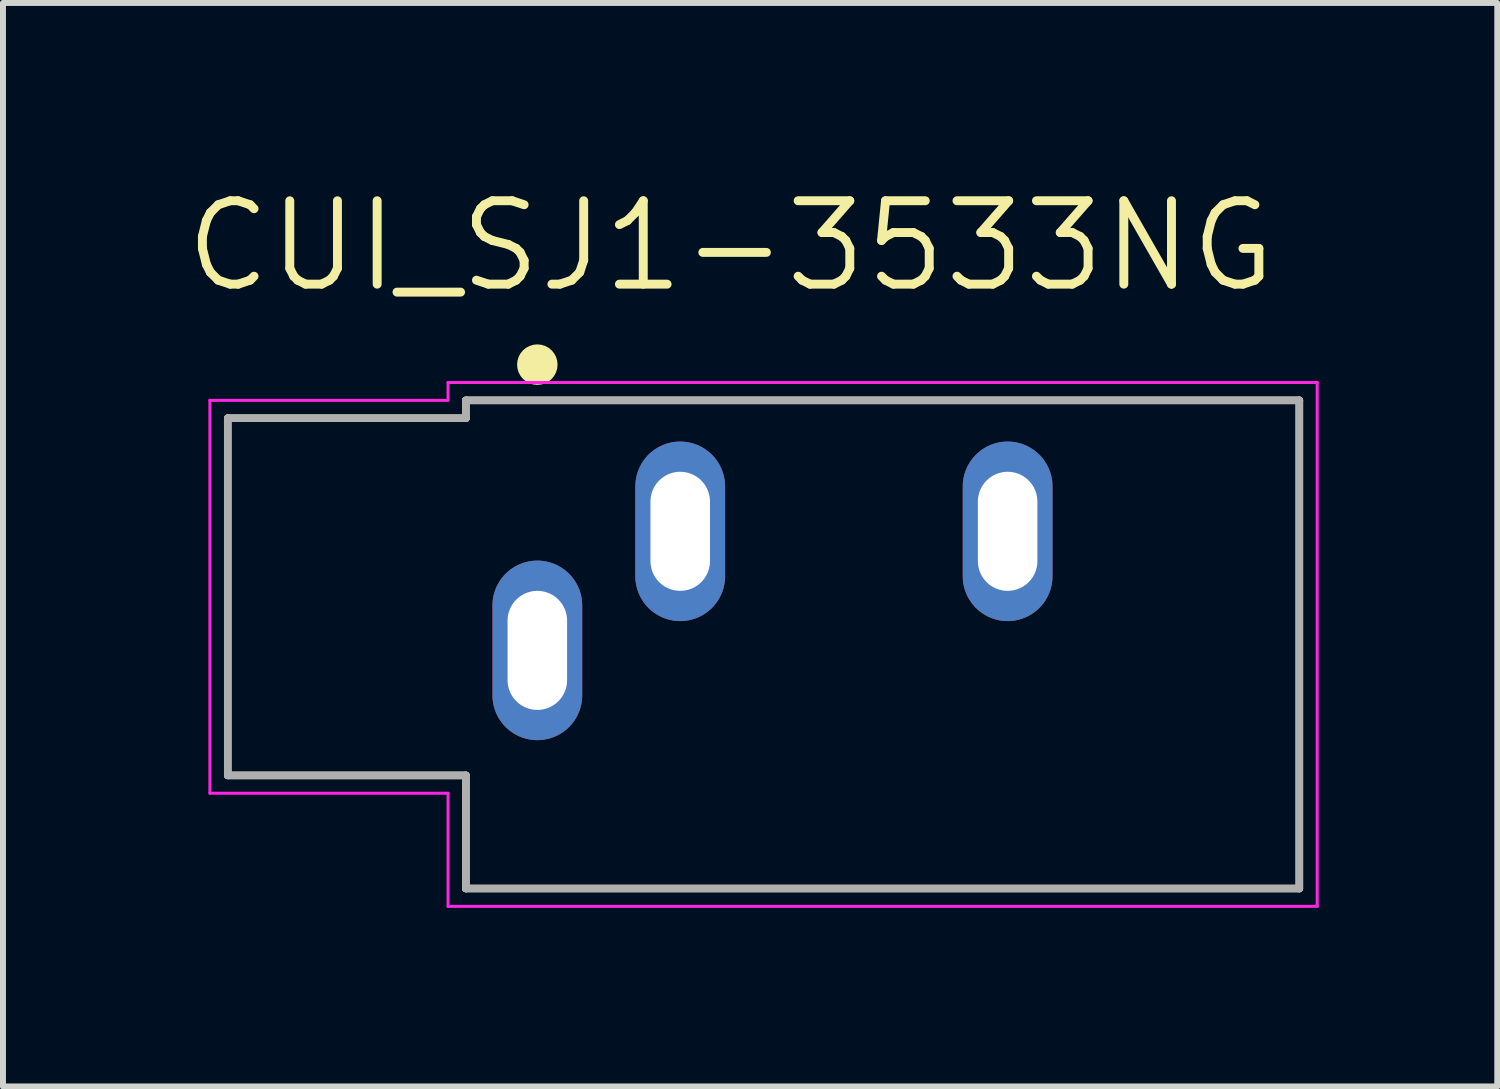
<source format=kicad_pcb>
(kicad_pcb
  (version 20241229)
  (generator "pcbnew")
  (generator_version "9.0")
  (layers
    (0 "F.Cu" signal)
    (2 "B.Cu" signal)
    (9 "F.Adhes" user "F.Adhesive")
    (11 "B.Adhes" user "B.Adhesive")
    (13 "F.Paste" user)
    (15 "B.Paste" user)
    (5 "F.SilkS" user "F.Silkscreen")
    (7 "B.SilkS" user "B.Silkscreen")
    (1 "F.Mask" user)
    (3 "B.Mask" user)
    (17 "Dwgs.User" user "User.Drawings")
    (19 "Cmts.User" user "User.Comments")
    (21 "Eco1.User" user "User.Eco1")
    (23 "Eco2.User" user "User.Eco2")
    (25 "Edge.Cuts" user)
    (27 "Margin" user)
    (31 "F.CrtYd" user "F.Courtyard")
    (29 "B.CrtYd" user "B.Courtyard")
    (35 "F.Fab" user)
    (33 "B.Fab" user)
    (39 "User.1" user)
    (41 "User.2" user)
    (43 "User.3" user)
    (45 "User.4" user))
  (footprint "CUI_SJ1-3533NG"
    (layer "F.Cu")
    (at 5.976 7.875)
    (property "Reference" "CUI_SJ1-3533NG" (at 3.247 -6.792 0) (layer "F.SilkS") (effects (font (size 1.401 1.401) (thickness 0.15))))
    (attr through_hole)
    (fp_line (start -5.2 -3.9) (end -1.2 -3.9) (stroke (width 0.127) (type solid)) (layer "F.SilkS"))
    (fp_line (start -5.2 2.1) (end -5.2 -3.9) (stroke (width 0.127) (type solid)) (layer "F.SilkS"))
    (fp_line (start -1.2 -4.2) (end 12.8 -4.2) (stroke (width 0.127) (type solid)) (layer "F.SilkS"))
    (fp_line (start -1.2 -3.9) (end -1.2 -4.2) (stroke (width 0.127) (type solid)) (layer "F.SilkS"))
    (fp_line (start -1.2 2.1) (end -5.2 2.1) (stroke (width 0.127) (type solid)) (layer "F.SilkS"))
    (fp_line (start -1.2 4) (end -1.2 2.1) (stroke (width 0.127) (type solid)) (layer "F.SilkS"))
    (fp_line (start 12.8 -4.2) (end 12.8 4) (stroke (width 0.127) (type solid)) (layer "F.SilkS"))
    (fp_line (start 12.8 4) (end -1.2 4) (stroke (width 0.127) (type solid)) (layer "F.SilkS"))
    (fp_circle (center 0 -4.8) (end 0.17 -4.8) (stroke (width 0.34) (type solid)) (fill no) (layer "F.SilkS"))
    (fp_line (start -5.5 -4.2) (end -1.5 -4.2) (stroke (width 0.05) (type solid)) (layer "F.CrtYd"))
    (fp_line (start -5.5 2.4) (end -5.5 -4.2) (stroke (width 0.05) (type solid)) (layer "F.CrtYd"))
    (fp_line (start -1.5 -4.5) (end 13.1 -4.5) (stroke (width 0.05) (type solid)) (layer "F.CrtYd"))
    (fp_line (start -1.5 -4.2) (end -1.5 -4.5) (stroke (width 0.05) (type solid)) (layer "F.CrtYd"))
    (fp_line (start -1.5 2.4) (end -5.5 2.4) (stroke (width 0.05) (type solid)) (layer "F.CrtYd"))
    (fp_line (start -1.5 4.3) (end -1.5 2.4) (stroke (width 0.05) (type solid)) (layer "F.CrtYd"))
    (fp_line (start 13.1 -4.5) (end 13.1 4.3) (stroke (width 0.05) (type solid)) (layer "F.CrtYd"))
    (fp_line (start 13.1 4.3) (end -1.5 4.3) (stroke (width 0.05) (type solid)) (layer "F.CrtYd"))
    (fp_line (start -5.2 -3.9) (end -1.2 -3.9) (stroke (width 0.127) (type solid)) (layer "F.Fab"))
    (fp_line (start -5.2 2.1) (end -5.2 -3.9) (stroke (width 0.127) (type solid)) (layer "F.Fab"))
    (fp_line (start -1.2 -4.2) (end 12.8 -4.2) (stroke (width 0.127) (type solid)) (layer "F.Fab"))
    (fp_line (start -1.2 -3.9) (end -1.2 -4.2) (stroke (width 0.127) (type solid)) (layer "F.Fab"))
    (fp_line (start -1.2 2.1) (end -5.2 2.1) (stroke (width 0.127) (type solid)) (layer "F.Fab"))
    (fp_line (start -1.2 4) (end -1.2 2.1) (stroke (width 0.127) (type solid)) (layer "F.Fab"))
    (fp_line (start 12.8 -4.2) (end 12.8 4) (stroke (width 0.127) (type solid)) (layer "F.Fab"))
    (fp_line (start 12.8 4) (end -1.2 4) (stroke (width 0.127) (type solid)) (layer "F.Fab"))
    (pad "1" thru_hole oval (at 0 0) (size 1.508 3.016) (drill oval 1 2) (layers "*.Cu" "*.Mask"))
    (pad "2" thru_hole oval (at 2.4 -2) (size 1.508 3.016) (drill oval 1 2) (layers "*.Cu" "*.Mask"))
    (pad "3" thru_hole oval (at 7.9 -2) (size 1.508 3.016) (drill oval 1 2) (layers "*.Cu" "*.Mask")))
  (gr_rect
    (start -3 -3)
    (end 22.101 15.2)
    (stroke (width 0.1) (type default))
    (fill no)
    (layer "Edge.Cuts")))
</source>
